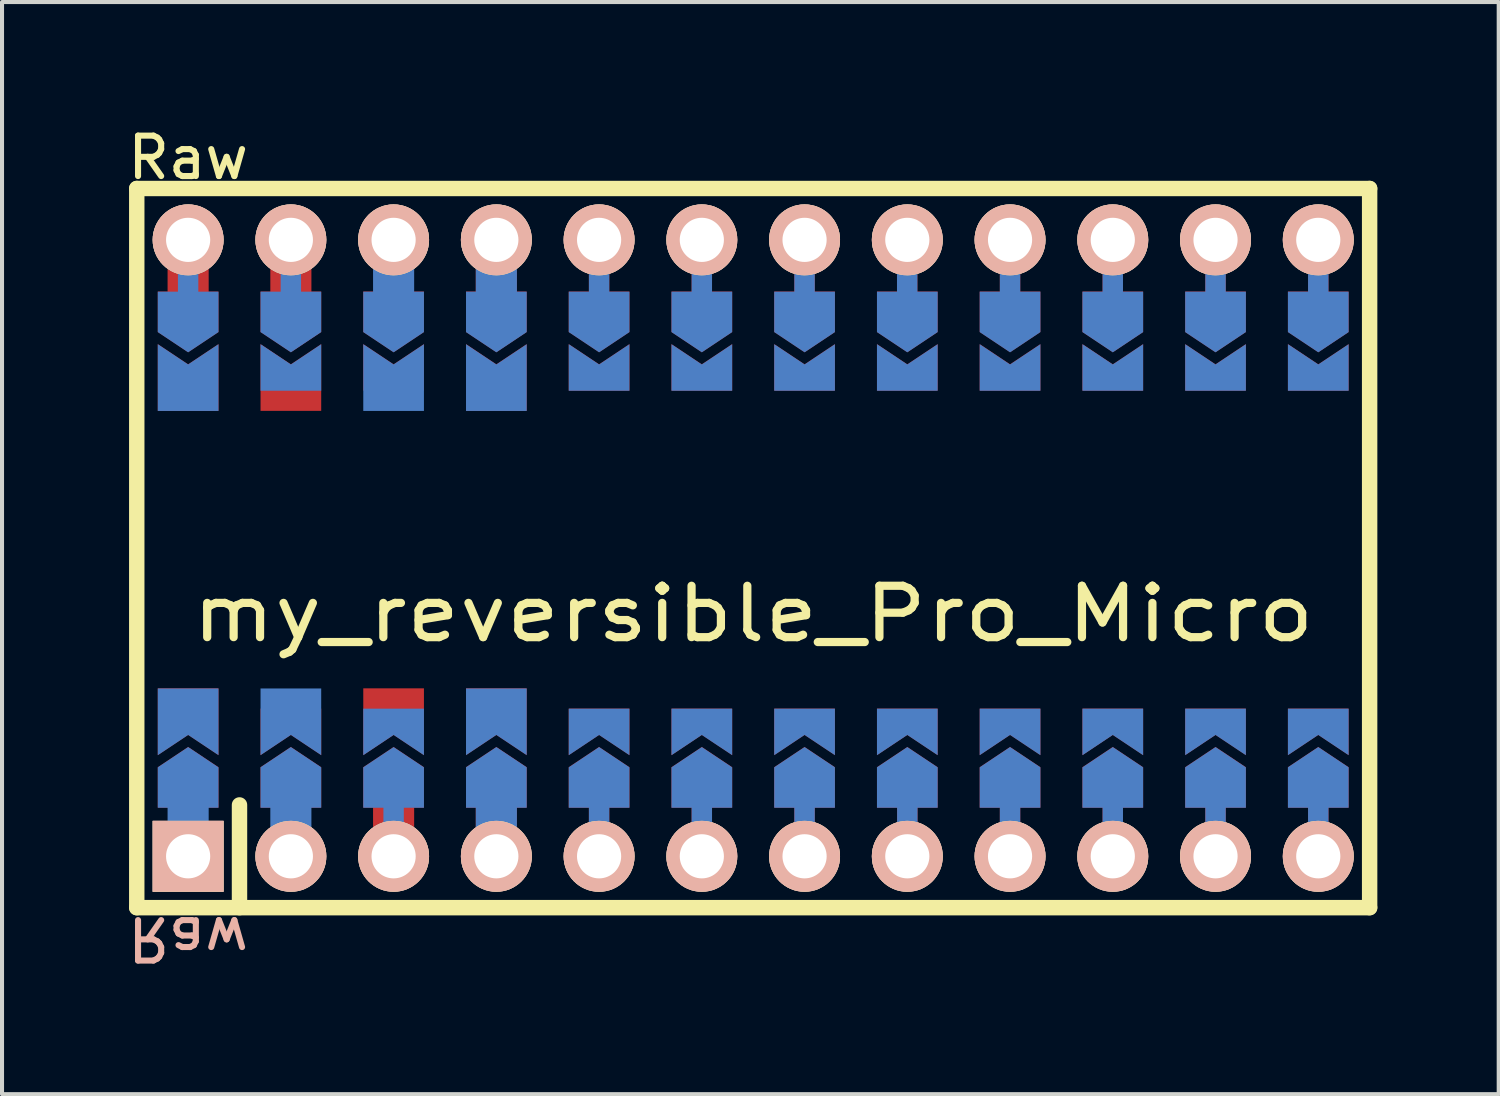
<source format=kicad_pcb>
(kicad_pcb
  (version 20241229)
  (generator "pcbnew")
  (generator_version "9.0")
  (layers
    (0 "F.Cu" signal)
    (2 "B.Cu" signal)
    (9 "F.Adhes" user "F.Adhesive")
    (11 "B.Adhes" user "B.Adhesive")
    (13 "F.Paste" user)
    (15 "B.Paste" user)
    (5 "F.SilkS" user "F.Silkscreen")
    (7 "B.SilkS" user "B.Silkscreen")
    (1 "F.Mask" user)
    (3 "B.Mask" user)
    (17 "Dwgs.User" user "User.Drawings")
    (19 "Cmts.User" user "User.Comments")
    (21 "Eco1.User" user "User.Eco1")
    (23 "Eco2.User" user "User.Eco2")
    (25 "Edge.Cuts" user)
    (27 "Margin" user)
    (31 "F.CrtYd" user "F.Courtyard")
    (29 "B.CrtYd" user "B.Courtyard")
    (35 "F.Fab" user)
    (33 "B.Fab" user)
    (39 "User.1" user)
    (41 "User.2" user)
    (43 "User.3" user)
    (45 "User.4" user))
  (footprint "my_reversible_Pro_Micro"
    (layer "F.Cu")
    (at 15.571 10.5)
    (property "Reference" "my_reversible_Pro_Micro" (at 0 1.625 0) (layer "F.SilkS") (effects (font (size 1.27 1.524) (thickness 0.203))))
    (attr through_hole)
    (fp_line (start -15.24 -8.89) (end -15.24 8.89) (stroke (width 0.381) (type solid)) (layer "F.SilkS"))
    (fp_line (start -15.24 8.89) (end 15.24 8.89) (stroke (width 0.381) (type solid)) (layer "F.SilkS"))
    (fp_line (start -12.7 6.35) (end -12.7 8.89) (stroke (width 0.381) (type solid)) (layer "F.SilkS"))
    (fp_line (start 15.24 -8.89) (end -15.24 -8.89) (stroke (width 0.381) (type solid)) (layer "F.SilkS"))
    (fp_line (start 15.24 8.89) (end 15.24 -8.89) (stroke (width 0.381) (type solid)) (layer "F.SilkS"))
    (fp_text user "Raw" (at -13.97 -9.652 0) (unlocked yes) (layer "F.SilkS") (effects (font (size 1 1) (thickness 0.15))))
    (fp_text user "Raw" (at -13.97 9.652 180) (unlocked yes) (layer "B.SilkS") (effects (font (size 1 1) (thickness 0.15)) (justify mirror)))
    (pad "" thru_hole circle (at -13.97 -7.62) (size 1.753 1.753) (drill 1.092) (layers "*.Cu" "*.SilkS" "*.Mask"))
    (pad "" smd rect (at -13.97 -6.604 90) (size 0.852 1.016) (layers "F.Cu"))
    (pad "" smd rect (at -13.97 -6.602 90) (size 0.852 0.504) (layers "B.Cu"))
    (pad "" smd custom (at -13.97 -5.842 270) (size 0.3 0.3) (layers "F.Cu" "F.Mask") (options (anchor rect)) (primitives (gr_poly (pts (xy 1 0) (xy 0.5 0.75) (xy -0.5 0.75) (xy -0.5 -0.75) (xy 0.5 -0.75)) (width 0) (fill yes))))
    (pad "" smd custom (at -13.97 -5.84 270) (size 0.3 0.3) (layers "B.Cu" "B.Mask") (options (anchor rect)) (primitives (gr_poly (pts (xy 1 0) (xy 0.5 0.75) (xy -0.5 0.75) (xy -0.5 -0.75) (xy 0.5 -0.75)) (width 0) (fill yes))))
    (pad "" smd custom (at -13.97 5.918 90) (size 0.3 0.3) (layers "F.Cu" "F.Mask") (options (anchor rect)) (primitives (gr_poly (pts (xy 1 0) (xy 0.5 0.75) (xy -0.5 0.75) (xy -0.5 -0.75) (xy 0.5 -0.75)) (width 0) (fill yes))))
    (pad "" smd custom (at -13.97 5.92 90) (size 0.3 0.3) (layers "B.Cu" "B.Mask") (options (anchor rect)) (primitives (gr_poly (pts (xy 1 0) (xy 0.5 0.75) (xy -0.5 0.75) (xy -0.5 -0.75) (xy 0.5 -0.75)) (width 0) (fill yes))))
    (pad "" smd rect (at -13.97 6.604 90) (size 0.852 0.504) (layers "F.Cu"))
    (pad "" smd rect (at -13.97 6.606 90) (size 0.852 1.016) (layers "B.Cu"))
    (pad "" thru_hole rect (at -13.97 7.62) (size 1.753 1.753) (drill 1.092) (layers "*.Cu" "*.SilkS" "*.Mask"))
    (pad "" thru_hole circle (at -11.43 -7.62) (size 1.753 1.753) (drill 1.092) (layers "*.Cu" "*.SilkS" "*.Mask"))
    (pad "" smd rect (at -11.43 -6.602 90) (size 0.852 0.504) (layers "B.Cu"))
    (pad "" smd rect (at -11.43 -6.511 90) (size 1.038 1.016) (layers "F.Cu"))
    (pad "" smd custom (at -11.43 -5.842 270) (size 0.3 0.3) (layers "F.Cu" "F.Mask") (options (anchor rect)) (primitives (gr_poly (pts (xy 1 0) (xy 0.5 0.75) (xy -0.5 0.75) (xy -0.5 -0.75) (xy 0.5 -0.75)) (width 0) (fill yes))))
    (pad "" smd custom (at -11.43 -5.84 270) (size 0.3 0.3) (layers "B.Cu" "B.Mask") (options (anchor rect)) (primitives (gr_poly (pts (xy 1 0) (xy 0.5 0.75) (xy -0.5 0.75) (xy -0.5 -0.75) (xy 0.5 -0.75)) (width 0) (fill yes))))
    (pad "" smd custom (at -11.43 5.918 90) (size 0.3 0.3) (layers "F.Cu" "F.Mask") (options (anchor rect)) (primitives (gr_poly (pts (xy 1 0) (xy 0.5 0.75) (xy -0.5 0.75) (xy -0.5 -0.75) (xy 0.5 -0.75)) (width 0) (fill yes))))
    (pad "" smd custom (at -11.43 5.92 90) (size 0.3 0.3) (layers "B.Cu" "B.Mask") (options (anchor rect)) (primitives (gr_poly (pts (xy 1 0) (xy 0.5 0.75) (xy -0.5 0.75) (xy -0.5 -0.75) (xy 0.5 -0.75)) (width 0) (fill yes))))
    (pad "" smd rect (at -11.43 6.604 90) (size 0.852 0.504) (layers "F.Cu"))
    (pad "" smd rect (at -11.43 6.606 90) (size 0.852 1.016) (layers "B.Cu"))
    (pad "" thru_hole circle (at -11.43 7.62) (size 1.753 1.753) (drill 1.092) (layers "*.Cu" "*.SilkS" "*.Mask"))
    (pad "" smd rect (at -8.893 -6.608 90) (size 0.852 0.504) (layers "F.Cu"))
    (pad "" thru_hole circle (at -8.89 -7.62) (size 1.753 1.753) (drill 1.092) (layers "*.Cu" "*.SilkS" "*.Mask"))
    (pad "" smd custom (at -8.89 -5.842 270) (size 0.3 0.3) (layers "F.Cu" "F.Mask") (options (anchor rect)) (primitives (gr_poly (pts (xy 1 0) (xy 0.5 0.75) (xy -0.5 0.75) (xy -0.5 -0.75) (xy 0.5 -0.75)) (width 0) (fill yes))))
    (pad "" smd custom (at -8.89 -5.84 270) (size 0.3 0.3) (layers "B.Cu" "B.Mask") (options (anchor rect)) (primitives (gr_poly (pts (xy 1 0) (xy 0.5 0.75) (xy -0.5 0.75) (xy -0.5 -0.75) (xy 0.5 -0.75)) (width 0) (fill yes))))
    (pad "" smd custom (at -8.89 5.918 90) (size 0.5 0.3) (layers "F.Cu" "F.Mask") (options (anchor rect)) (primitives (gr_poly (pts (xy 1 0) (xy 0.5 0.75) (xy -0.5 0.75) (xy -0.5 -0.75) (xy 0.5 -0.75)) (width 0) (fill yes))))
    (pad "" smd custom (at -8.89 5.92 90) (size 0.3 0.3) (layers "B.Cu" "B.Mask") (options (anchor rect)) (primitives (gr_poly (pts (xy 1 0) (xy 0.5 0.75) (xy -0.5 0.75) (xy -0.5 -0.75) (xy 0.5 -0.75)) (width 0) (fill yes))))
    (pad "" smd rect (at -8.89 6.604 90) (size 0.852 1.016) (layers "F.Cu"))
    (pad "" smd rect (at -8.89 6.606 90) (size 0.852 0.504) (layers "B.Cu"))
    (pad "" thru_hole circle (at -8.89 7.62) (size 1.753 1.753) (drill 1.092) (layers "*.Cu" "*.SilkS" "*.Mask"))
    (pad "" smd rect (at -8.89 -6.564 90) (size 0.936 1.016) (layers "B.Cu"))
    (pad "" thru_hole circle (at -6.35 -7.62) (size 1.753 1.753) (drill 1.092) (layers "*.Cu" "*.SilkS" "*.Mask"))
    (pad "" smd rect (at -6.35 -6.608 90) (size 0.852 1.016) (layers "F.Cu"))
    (pad "" smd rect (at -6.35 -6.606 90) (size 0.852 1.016) (layers "B.Cu"))
    (pad "" smd custom (at -6.35 -5.842 270) (size 0.3 0.3) (layers "F.Cu" "F.Mask") (options (anchor rect)) (primitives (gr_poly (pts (xy 1 0) (xy 0.5 0.75) (xy -0.5 0.75) (xy -0.5 -0.75) (xy 0.5 -0.75)) (width 0) (fill yes))))
    (pad "" smd custom (at -6.35 -5.84 270) (size 0.3 0.3) (layers "B.Cu" "B.Mask") (options (anchor rect)) (primitives (gr_poly (pts (xy 1 0) (xy 0.5 0.75) (xy -0.5 0.75) (xy -0.5 -0.75) (xy 0.5 -0.75)) (width 0) (fill yes))))
    (pad "" smd custom (at -6.35 5.918 90) (size 0.3 0.3) (layers "F.Cu" "F.Mask") (options (anchor rect)) (primitives (gr_poly (pts (xy 1 0) (xy 0.5 0.75) (xy -0.5 0.75) (xy -0.5 -0.75) (xy 0.5 -0.75)) (width 0) (fill yes))))
    (pad "" smd custom (at -6.35 5.92 90) (size 0.3 0.3) (layers "B.Cu" "B.Mask") (options (anchor rect)) (primitives (gr_poly (pts (xy 1 0) (xy 0.5 0.75) (xy -0.5 0.75) (xy -0.5 -0.75) (xy 0.5 -0.75)) (width 0) (fill yes))))
    (pad "" smd rect (at -6.35 6.604 90) (size 0.852 1.016) (layers "F.Cu"))
    (pad "" smd rect (at -6.35 6.606 90) (size 0.852 1.016) (layers "B.Cu"))
    (pad "" thru_hole circle (at -6.35 7.62) (size 1.753 1.753) (drill 1.092) (layers "*.Cu" "*.SilkS" "*.Mask"))
    (pad "" thru_hole circle (at -3.81 -7.62) (size 1.753 1.753) (drill 1.092) (layers "*.Cu" "*.SilkS" "*.Mask"))
    (pad "" smd rect (at -3.81 -6.604 90) (size 0.852 0.504) (layers "F.Cu"))
    (pad "" smd rect (at -3.81 -6.602 90) (size 0.852 0.504) (layers "B.Cu"))
    (pad "" smd custom (at -3.81 -5.842 270) (size 0.3 0.3) (layers "F.Cu" "F.Mask") (options (anchor rect)) (primitives (gr_poly (pts (xy 1 0) (xy 0.5 0.75) (xy -0.5 0.75) (xy -0.5 -0.75) (xy 0.5 -0.75)) (width 0) (fill yes))))
    (pad "" smd custom (at -3.81 -5.84 270) (size 0.3 0.3) (layers "B.Cu" "B.Mask") (options (anchor rect)) (primitives (gr_poly (pts (xy 1 0) (xy 0.5 0.75) (xy -0.5 0.75) (xy -0.5 -0.75) (xy 0.5 -0.75)) (width 0) (fill yes))))
    (pad "" smd custom (at -3.81 5.918 90) (size 0.3 0.3) (layers "F.Cu" "F.Mask") (options (anchor rect)) (primitives (gr_poly (pts (xy 1 0) (xy 0.5 0.75) (xy -0.5 0.75) (xy -0.5 -0.75) (xy 0.5 -0.75)) (width 0) (fill yes))))
    (pad "" smd custom (at -3.81 5.92 90) (size 0.3 0.3) (layers "B.Cu" "B.Mask") (options (anchor rect)) (primitives (gr_poly (pts (xy 1 0) (xy 0.5 0.75) (xy -0.5 0.75) (xy -0.5 -0.75) (xy 0.5 -0.75)) (width 0) (fill yes))))
    (pad "" smd rect (at -3.81 6.604 90) (size 0.852 0.504) (layers "F.Cu"))
    (pad "" smd rect (at -3.81 6.606 90) (size 0.852 0.504) (layers "B.Cu"))
    (pad "" thru_hole circle (at -3.81 7.62) (size 1.753 1.753) (drill 1.092) (layers "*.Cu" "*.SilkS" "*.Mask"))
    (pad "" thru_hole circle (at -1.27 -7.62) (size 1.753 1.753) (drill 1.092) (layers "*.Cu" "*.SilkS" "*.Mask"))
    (pad "" smd rect (at -1.27 -6.604 90) (size 0.852 0.504) (layers "F.Cu"))
    (pad "" smd rect (at -1.27 -6.602 90) (size 0.852 0.504) (layers "B.Cu"))
    (pad "" smd custom (at -1.27 -5.842 270) (size 0.3 0.3) (layers "F.Cu" "F.Mask") (options (anchor rect)) (primitives (gr_poly (pts (xy 1 0) (xy 0.5 0.75) (xy -0.5 0.75) (xy -0.5 -0.75) (xy 0.5 -0.75)) (width 0) (fill yes))))
    (pad "" smd custom (at -1.27 -5.84 270) (size 0.3 0.3) (layers "B.Cu" "B.Mask") (options (anchor rect)) (primitives (gr_poly (pts (xy 1 0) (xy 0.5 0.75) (xy -0.5 0.75) (xy -0.5 -0.75) (xy 0.5 -0.75)) (width 0) (fill yes))))
    (pad "" smd custom (at -1.27 5.918 90) (size 0.3 0.3) (layers "F.Cu" "F.Mask") (options (anchor rect)) (primitives (gr_poly (pts (xy 1 0) (xy 0.5 0.75) (xy -0.5 0.75) (xy -0.5 -0.75) (xy 0.5 -0.75)) (width 0) (fill yes))))
    (pad "" smd custom (at -1.27 5.92 90) (size 0.3 0.3) (layers "B.Cu" "B.Mask") (options (anchor rect)) (primitives (gr_poly (pts (xy 1 0) (xy 0.5 0.75) (xy -0.5 0.75) (xy -0.5 -0.75) (xy 0.5 -0.75)) (width 0) (fill yes))))
    (pad "" smd rect (at -1.27 6.604 90) (size 0.852 0.504) (layers "F.Cu"))
    (pad "" smd rect (at -1.27 6.606 90) (size 0.852 0.504) (layers "B.Cu"))
    (pad "" thru_hole circle (at -1.27 7.62) (size 1.753 1.753) (drill 1.092) (layers "*.Cu" "*.SilkS" "*.Mask"))
    (pad "" thru_hole circle (at 1.27 -7.62) (size 1.753 1.753) (drill 1.092) (layers "*.Cu" "*.SilkS" "*.Mask"))
    (pad "" smd rect (at 1.27 -6.604 90) (size 0.852 0.504) (layers "F.Cu"))
    (pad "" smd rect (at 1.27 -6.602 90) (size 0.852 0.504) (layers "B.Cu"))
    (pad "" smd custom (at 1.27 -5.842 270) (size 0.3 0.3) (layers "F.Cu" "F.Mask") (options (anchor rect)) (primitives (gr_poly (pts (xy 1 0) (xy 0.5 0.75) (xy -0.5 0.75) (xy -0.5 -0.75) (xy 0.5 -0.75)) (width 0) (fill yes))))
    (pad "" smd custom (at 1.27 -5.84 270) (size 0.3 0.3) (layers "B.Cu" "B.Mask") (options (anchor rect)) (primitives (gr_poly (pts (xy 1 0) (xy 0.5 0.75) (xy -0.5 0.75) (xy -0.5 -0.75) (xy 0.5 -0.75)) (width 0) (fill yes))))
    (pad "" smd custom (at 1.27 5.918 90) (size 0.3 0.3) (layers "F.Cu" "F.Mask") (options (anchor rect)) (primitives (gr_poly (pts (xy 1 0) (xy 0.5 0.75) (xy -0.5 0.75) (xy -0.5 -0.75) (xy 0.5 -0.75)) (width 0) (fill yes))))
    (pad "" smd custom (at 1.27 5.92 90) (size 0.3 0.3) (layers "B.Cu" "B.Mask") (options (anchor rect)) (primitives (gr_poly (pts (xy 1 0) (xy 0.5 0.75) (xy -0.5 0.75) (xy -0.5 -0.75) (xy 0.5 -0.75)) (width 0) (fill yes))))
    (pad "" smd rect (at 1.27 6.522 90) (size 0.852 0.504) (layers "F.Cu"))
    (pad "" smd rect (at 1.27 6.524 90) (size 0.852 0.504) (layers "B.Cu"))
    (pad "" thru_hole circle (at 1.27 7.62) (size 1.753 1.753) (drill 1.092) (layers "*.Cu" "*.SilkS" "*.Mask"))
    (pad "" smd rect (at 3.807 -6.608 90) (size 0.852 0.504) (layers "F.Cu"))
    (pad "" smd rect (at 3.807 -6.606 90) (size 0.852 0.504) (layers "B.Cu"))
    (pad "" thru_hole circle (at 3.81 -7.62) (size 1.753 1.753) (drill 1.092) (layers "*.Cu" "*.SilkS" "*.Mask"))
    (pad "" smd custom (at 3.81 -5.842 270) (size 0.3 0.3) (layers "F.Cu" "F.Mask") (options (anchor rect)) (primitives (gr_poly (pts (xy 1 0) (xy 0.5 0.75) (xy -0.5 0.75) (xy -0.5 -0.75) (xy 0.5 -0.75)) (width 0) (fill yes))))
    (pad "" smd custom (at 3.81 -5.84 270) (size 0.3 0.3) (layers "B.Cu" "B.Mask") (options (anchor rect)) (primitives (gr_poly (pts (xy 1 0) (xy 0.5 0.75) (xy -0.5 0.75) (xy -0.5 -0.75) (xy 0.5 -0.75)) (width 0) (fill yes))))
    (pad "" smd custom (at 3.81 5.918 90) (size 0.3 0.3) (layers "F.Cu" "F.Mask") (options (anchor rect)) (primitives (gr_poly (pts (xy 1 0) (xy 0.5 0.75) (xy -0.5 0.75) (xy -0.5 -0.75) (xy 0.5 -0.75)) (width 0) (fill yes))))
    (pad "" smd custom (at 3.81 5.92 90) (size 0.3 0.3) (layers "B.Cu" "B.Mask") (options (anchor rect)) (primitives (gr_poly (pts (xy 1 0) (xy 0.5 0.75) (xy -0.5 0.75) (xy -0.5 -0.75) (xy 0.5 -0.75)) (width 0) (fill yes))))
    (pad "" smd rect (at 3.81 6.522 90) (size 0.852 0.504) (layers "F.Cu"))
    (pad "" smd rect (at 3.81 6.524 90) (size 0.852 0.504) (layers "B.Cu"))
    (pad "" thru_hole circle (at 3.81 7.62) (size 1.753 1.753) (drill 1.092) (layers "*.Cu" "*.SilkS" "*.Mask"))
    (pad "" thru_hole circle (at 6.35 -7.62) (size 1.753 1.753) (drill 1.092) (layers "*.Cu" "*.SilkS" "*.Mask"))
    (pad "" smd rect (at 6.35 -6.604 90) (size 0.852 0.504) (layers "F.Cu"))
    (pad "" smd rect (at 6.35 -6.602 90) (size 0.852 0.504) (layers "B.Cu"))
    (pad "" smd custom (at 6.35 -5.842 270) (size 0.3 0.3) (layers "F.Cu" "F.Mask") (options (anchor rect)) (primitives (gr_poly (pts (xy 1 0) (xy 0.5 0.75) (xy -0.5 0.75) (xy -0.5 -0.75) (xy 0.5 -0.75)) (width 0) (fill yes))))
    (pad "" smd custom (at 6.35 -5.84 270) (size 0.3 0.3) (layers "B.Cu" "B.Mask") (options (anchor rect)) (primitives (gr_poly (pts (xy 1 0) (xy 0.5 0.75) (xy -0.5 0.75) (xy -0.5 -0.75) (xy 0.5 -0.75)) (width 0) (fill yes))))
    (pad "" smd custom (at 6.35 5.918 90) (size 0.3 0.3) (layers "F.Cu" "F.Mask") (options (anchor rect)) (primitives (gr_poly (pts (xy 1 0) (xy 0.5 0.75) (xy -0.5 0.75) (xy -0.5 -0.75) (xy 0.5 -0.75)) (width 0) (fill yes))))
    (pad "" smd custom (at 6.35 5.92 90) (size 0.3 0.3) (layers "B.Cu" "B.Mask") (options (anchor rect)) (primitives (gr_poly (pts (xy 1 0) (xy 0.5 0.75) (xy -0.5 0.75) (xy -0.5 -0.75) (xy 0.5 -0.75)) (width 0) (fill yes))))
    (pad "" smd rect (at 6.35 6.604 90) (size 0.852 0.504) (layers "F.Cu"))
    (pad "" smd rect (at 6.35 6.606 90) (size 0.852 0.504) (layers "B.Cu"))
    (pad "" thru_hole circle (at 6.35 7.62) (size 1.753 1.753) (drill 1.092) (layers "*.Cu" "*.SilkS" "*.Mask"))
    (pad "" thru_hole circle (at 8.89 -7.62) (size 1.753 1.753) (drill 1.092) (layers "*.Cu" "*.SilkS" "*.Mask"))
    (pad "" smd rect (at 8.89 -6.604 90) (size 0.852 0.504) (layers "F.Cu"))
    (pad "" smd rect (at 8.89 -6.602 90) (size 0.852 0.504) (layers "B.Cu"))
    (pad "" smd custom (at 8.89 -5.842 270) (size 0.3 0.3) (layers "F.Cu" "F.Mask") (options (anchor rect)) (primitives (gr_poly (pts (xy 1 0) (xy 0.5 0.75) (xy -0.5 0.75) (xy -0.5 -0.75) (xy 0.5 -0.75)) (width 0) (fill yes))))
    (pad "" smd custom (at 8.89 -5.84 270) (size 0.3 0.3) (layers "B.Cu" "B.Mask") (options (anchor rect)) (primitives (gr_poly (pts (xy 1 0) (xy 0.5 0.75) (xy -0.5 0.75) (xy -0.5 -0.75) (xy 0.5 -0.75)) (width 0) (fill yes))))
    (pad "" smd custom (at 8.89 5.918 90) (size 0.3 0.3) (layers "F.Cu" "F.Mask") (options (anchor rect)) (primitives (gr_poly (pts (xy 1 0) (xy 0.5 0.75) (xy -0.5 0.75) (xy -0.5 -0.75) (xy 0.5 -0.75)) (width 0) (fill yes))))
    (pad "" smd custom (at 8.89 5.92 90) (size 0.3 0.3) (layers "B.Cu" "B.Mask") (options (anchor rect)) (primitives (gr_poly (pts (xy 1 0) (xy 0.5 0.75) (xy -0.5 0.75) (xy -0.5 -0.75) (xy 0.5 -0.75)) (width 0) (fill yes))))
    (pad "" smd rect (at 8.89 6.604 90) (size 0.852 0.504) (layers "F.Cu"))
    (pad "" smd rect (at 8.89 6.606 90) (size 0.852 0.504) (layers "B.Cu"))
    (pad "" thru_hole circle (at 8.89 7.62) (size 1.753 1.753) (drill 1.092) (layers "*.Cu" "*.SilkS" "*.Mask"))
    (pad "" thru_hole circle (at 11.43 -7.62) (size 1.753 1.753) (drill 1.092) (layers "*.Cu" "*.SilkS" "*.Mask"))
    (pad "" smd rect (at 11.43 -6.604 90) (size 0.852 0.504) (layers "F.Cu"))
    (pad "" smd rect (at 11.43 -6.602 90) (size 0.852 0.504) (layers "B.Cu"))
    (pad "" smd custom (at 11.43 -5.842 270) (size 0.3 0.3) (layers "F.Cu" "F.Mask") (options (anchor rect)) (primitives (gr_poly (pts (xy 1 0) (xy 0.5 0.75) (xy -0.5 0.75) (xy -0.5 -0.75) (xy 0.5 -0.75)) (width 0) (fill yes))))
    (pad "" smd custom (at 11.43 -5.84 270) (size 0.3 0.3) (layers "B.Cu" "B.Mask") (options (anchor rect)) (primitives (gr_poly (pts (xy 1 0) (xy 0.5 0.75) (xy -0.5 0.75) (xy -0.5 -0.75) (xy 0.5 -0.75)) (width 0) (fill yes))))
    (pad "" smd custom (at 11.43 5.918 90) (size 0.3 0.3) (layers "F.Cu" "F.Mask") (options (anchor rect)) (primitives (gr_poly (pts (xy 1 0) (xy 0.5 0.75) (xy -0.5 0.75) (xy -0.5 -0.75) (xy 0.5 -0.75)) (width 0) (fill yes))))
    (pad "" smd custom (at 11.43 5.92 90) (size 0.3 0.3) (layers "B.Cu" "B.Mask") (options (anchor rect)) (primitives (gr_poly (pts (xy 1 0) (xy 0.5 0.75) (xy -0.5 0.75) (xy -0.5 -0.75) (xy 0.5 -0.75)) (width 0) (fill yes))))
    (pad "" smd rect (at 11.43 6.522 90) (size 0.852 0.504) (layers "F.Cu"))
    (pad "" smd rect (at 11.43 6.524 90) (size 0.852 0.504) (layers "B.Cu"))
    (pad "" thru_hole circle (at 11.43 7.62) (size 1.753 1.753) (drill 1.092) (layers "*.Cu" "*.SilkS" "*.Mask"))
    (pad "" thru_hole circle (at 13.97 -7.62) (size 1.753 1.753) (drill 1.092) (layers "*.Cu" "*.SilkS" "*.Mask"))
    (pad "" smd rect (at 13.97 -6.604 90) (size 0.852 0.504) (layers "F.Cu"))
    (pad "" smd rect (at 13.97 -6.602 90) (size 0.852 0.504) (layers "B.Cu"))
    (pad "" smd custom (at 13.97 -5.842 270) (size 0.3 0.3) (layers "F.Cu" "F.Mask") (options (anchor rect)) (primitives (gr_poly (pts (xy 1 0) (xy 0.5 0.75) (xy -0.5 0.75) (xy -0.5 -0.75) (xy 0.5 -0.75)) (width 0) (fill yes))))
    (pad "" smd custom (at 13.97 -5.84 270) (size 0.3 0.3) (layers "B.Cu" "B.Mask") (options (anchor rect)) (primitives (gr_poly (pts (xy 1 0) (xy 0.5 0.75) (xy -0.5 0.75) (xy -0.5 -0.75) (xy 0.5 -0.75)) (width 0) (fill yes))))
    (pad "" smd custom (at 13.97 5.918 90) (size 0.3 0.3) (layers "F.Cu" "F.Mask") (options (anchor rect)) (primitives (gr_poly (pts (xy 1 0) (xy 0.5 0.75) (xy -0.5 0.75) (xy -0.5 -0.75) (xy 0.5 -0.75)) (width 0) (fill yes))))
    (pad "" smd custom (at 13.97 5.92 90) (size 0.3 0.3) (layers "B.Cu" "B.Mask") (options (anchor rect)) (primitives (gr_poly (pts (xy 1 0) (xy 0.5 0.75) (xy -0.5 0.75) (xy -0.5 -0.75) (xy 0.5 -0.75)) (width 0) (fill yes))))
    (pad "" smd rect (at 13.97 6.522 90) (size 0.852 0.504) (layers "F.Cu"))
    (pad "" smd rect (at 13.97 6.524 90) (size 0.852 0.504) (layers "B.Cu"))
    (pad "" thru_hole circle (at 13.97 7.62) (size 1.753 1.753) (drill 1.092) (layers "*.Cu" "*.SilkS" "*.Mask"))
    (pad "1" smd custom (at -13.97 -4.39 270) (size 0.3 0.3) (layers "B.Cu" "B.Mask") (options (anchor rect)) (primitives (gr_poly (pts (xy 1 0.75) (xy -0.65 0.75) (xy -0.15 0) (xy -0.65 -0.75) (xy 1 -0.75)) (width 0) (fill yes))))
    (pad "1" smd custom (at -13.97 4.468 90) (size 0.3 0.3) (layers "F.Cu" "F.Mask") (options (anchor rect)) (primitives (gr_poly (pts (xy 1 0.75) (xy -0.65 0.75) (xy -0.15 0) (xy -0.65 -0.75) (xy 1 -0.75)) (width 0) (fill yes))))
    (pad "2" smd custom (at -11.43 -4.39 270) (size 0.3 0.3) (layers "B.Cu" "B.Mask") (options (anchor rect)) (primitives (gr_poly (pts (xy 0.5 0.75) (xy -0.65 0.75) (xy -0.15 0) (xy -0.65 -0.75) (xy 0.5 -0.75)) (width 0) (fill yes))))
    (pad "2" smd custom (at -11.43 4.468 90) (size 0.3 0.3) (layers "F.Cu" "F.Mask") (options (anchor rect)) (primitives (gr_poly (pts (xy 0.5 0.75) (xy -0.65 0.75) (xy -0.15 0) (xy -0.65 -0.75) (xy 0.5 -0.75)) (width 0) (fill yes))))
    (pad "3" smd custom (at -8.89 -4.39 270) (size 0.3 0.3) (layers "B.Cu" "B.Mask") (options (anchor rect)) (primitives (gr_poly (pts (xy 1 0.75) (xy -0.65 0.75) (xy -0.15 0) (xy -0.65 -0.75) (xy 1 -0.75)) (width 0) (fill yes))))
    (pad "3" smd custom (at -8.89 4.468 90) (size 0.3 0.3) (layers "F.Cu" "F.Mask") (options (anchor rect)) (primitives (gr_poly (pts (xy 1 0.75) (xy -0.65 0.75) (xy -0.15 0) (xy -0.65 -0.75) (xy 1 -0.75)) (width 0) (fill yes))))
    (pad "4" smd custom (at -6.35 -4.39 270) (size 0.3 0.3) (layers "B.Cu" "B.Mask") (options (anchor rect)) (primitives (gr_poly (pts (xy 1 0.75) (xy -0.65 0.75) (xy -0.15 0) (xy -0.65 -0.75) (xy 1 -0.75)) (width 0) (fill yes))))
    (pad "4" smd custom (at -6.35 4.468 90) (size 0.3 0.3) (layers "F.Cu" "F.Mask") (options (anchor rect)) (primitives (gr_poly (pts (xy 1 0.75) (xy -0.65 0.75) (xy -0.15 0) (xy -0.65 -0.75) (xy 1 -0.75)) (width 0) (fill yes))))
    (pad "5" smd custom (at -3.81 -4.39 270) (size 0.3 0.3) (layers "B.Cu" "B.Mask") (options (anchor rect)) (primitives (gr_poly (pts (xy 0.5 0.75) (xy -0.65 0.75) (xy -0.15 0) (xy -0.65 -0.75) (xy 0.5 -0.75)) (width 0) (fill yes))))
    (pad "5" smd custom (at -3.81 4.468 90) (size 0.3 0.3) (layers "F.Cu" "F.Mask") (options (anchor rect)) (primitives (gr_poly (pts (xy 0.5 0.75) (xy -0.65 0.75) (xy -0.15 0) (xy -0.65 -0.75) (xy 0.5 -0.75)) (width 0) (fill yes))))
    (pad "6" smd custom (at -1.27 -4.39 270) (size 0.3 0.3) (layers "B.Cu" "B.Mask") (options (anchor rect)) (primitives (gr_poly (pts (xy 0.5 0.75) (xy -0.65 0.75) (xy -0.15 0) (xy -0.65 -0.75) (xy 0.5 -0.75)) (width 0) (fill yes))))
    (pad "6" smd custom (at -1.27 4.468 90) (size 0.3 0.3) (layers "F.Cu" "F.Mask") (options (anchor rect)) (primitives (gr_poly (pts (xy 0.5 0.75) (xy -0.65 0.75) (xy -0.15 0) (xy -0.65 -0.75) (xy 0.5 -0.75)) (width 0) (fill yes))))
    (pad "7" smd custom (at 1.27 -4.39 270) (size 0.3 0.3) (layers "B.Cu" "B.Mask") (options (anchor rect)) (primitives (gr_poly (pts (xy 0.5 0.75) (xy -0.65 0.75) (xy -0.15 0) (xy -0.65 -0.75) (xy 0.5 -0.75)) (width 0) (fill yes))))
    (pad "7" smd custom (at 1.27 4.468 90) (size 0.3 0.3) (layers "F.Cu" "F.Mask") (options (anchor rect)) (primitives (gr_poly (pts (xy 0.5 0.75) (xy -0.65 0.75) (xy -0.15 0) (xy -0.65 -0.75) (xy 0.5 -0.75)) (width 0) (fill yes))))
    (pad "8" smd custom (at 3.81 -4.39 270) (size 0.3 0.3) (layers "B.Cu" "B.Mask") (options (anchor rect)) (primitives (gr_poly (pts (xy 0.5 0.75) (xy -0.65 0.75) (xy -0.15 0) (xy -0.65 -0.75) (xy 0.5 -0.75)) (width 0) (fill yes))))
    (pad "8" smd custom (at 3.81 4.468 90) (size 0.3 0.3) (layers "F.Cu" "F.Mask") (options (anchor rect)) (primitives (gr_poly (pts (xy 0.5 0.75) (xy -0.65 0.75) (xy -0.15 0) (xy -0.65 -0.75) (xy 0.5 -0.75)) (width 0) (fill yes))))
    (pad "9" smd custom (at 6.35 -4.39 270) (size 0.3 0.3) (layers "B.Cu" "B.Mask") (options (anchor rect)) (primitives (gr_poly (pts (xy 0.5 0.75) (xy -0.65 0.75) (xy -0.15 0) (xy -0.65 -0.75) (xy 0.5 -0.75)) (width 0) (fill yes))))
    (pad "9" smd custom (at 6.35 4.468 90) (size 0.3 0.3) (layers "F.Cu" "F.Mask") (options (anchor rect)) (primitives (gr_poly (pts (xy 0.5 0.75) (xy -0.65 0.75) (xy -0.15 0) (xy -0.65 -0.75) (xy 0.5 -0.75)) (width 0) (fill yes))))
    (pad "10" smd custom (at 8.89 -4.39 270) (size 0.3 0.3) (layers "B.Cu" "B.Mask") (options (anchor rect)) (primitives (gr_poly (pts (xy 0.5 0.75) (xy -0.65 0.75) (xy -0.15 0) (xy -0.65 -0.75) (xy 0.5 -0.75)) (width 0) (fill yes))))
    (pad "10" smd custom (at 8.89 4.468 90) (size 0.3 0.3) (layers "F.Cu" "F.Mask") (options (anchor rect)) (primitives (gr_poly (pts (xy 0.5 0.75) (xy -0.65 0.75) (xy -0.15 0) (xy -0.65 -0.75) (xy 0.5 -0.75)) (width 0) (fill yes))))
    (pad "11" smd custom (at 11.43 -4.39 270) (size 0.3 0.3) (layers "B.Cu" "B.Mask") (options (anchor rect)) (primitives (gr_poly (pts (xy 0.5 0.75) (xy -0.65 0.75) (xy -0.15 0) (xy -0.65 -0.75) (xy 0.5 -0.75)) (width 0) (fill yes))))
    (pad "11" smd custom (at 11.43 4.468 90) (size 0.3 0.3) (layers "F.Cu" "F.Mask") (options (anchor rect)) (primitives (gr_poly (pts (xy 0.5 0.75) (xy -0.65 0.75) (xy -0.15 0) (xy -0.65 -0.75) (xy 0.5 -0.75)) (width 0) (fill yes))))
    (pad "12" smd custom (at 13.97 -4.39 270) (size 0.3 0.3) (layers "B.Cu" "B.Mask") (options (anchor rect)) (primitives (gr_poly (pts (xy 0.5 0.75) (xy -0.65 0.75) (xy -0.15 0) (xy -0.65 -0.75) (xy 0.5 -0.75)) (width 0) (fill yes))))
    (pad "12" smd custom (at 13.97 4.468 90) (size 0.3 0.3) (layers "F.Cu" "F.Mask") (options (anchor rect)) (primitives (gr_poly (pts (xy 0.5 0.75) (xy -0.65 0.75) (xy -0.15 0) (xy -0.65 -0.75) (xy 0.5 -0.75)) (width 0) (fill yes))))
    (pad "13" smd custom (at 13.97 -4.392 270) (size 0.3 0.3) (layers "F.Cu" "F.Mask") (options (anchor rect)) (primitives (gr_poly (pts (xy 0.5 0.75) (xy -0.65 0.75) (xy -0.15 0) (xy -0.65 -0.75) (xy 0.5 -0.75)) (width 0) (fill yes))))
    (pad "13" smd custom (at 13.97 4.47 90) (size 0.3 0.3) (layers "B.Cu" "B.Mask") (options (anchor rect)) (primitives (gr_poly (pts (xy 0.5 0.75) (xy -0.65 0.75) (xy -0.15 0) (xy -0.65 -0.75) (xy 0.5 -0.75)) (width 0) (fill yes))))
    (pad "14" smd custom (at 11.43 -4.392 270) (size 0.3 0.3) (layers "F.Cu" "F.Mask") (options (anchor rect)) (primitives (gr_poly (pts (xy 0.5 0.75) (xy -0.65 0.75) (xy -0.15 0) (xy -0.65 -0.75) (xy 0.5 -0.75)) (width 0) (fill yes))))
    (pad "14" smd custom (at 11.43 4.47 90) (size 0.3 0.3) (layers "B.Cu" "B.Mask") (options (anchor rect)) (primitives (gr_poly (pts (xy 0.5 0.75) (xy -0.65 0.75) (xy -0.15 0) (xy -0.65 -0.75) (xy 0.5 -0.75)) (width 0) (fill yes))))
    (pad "15" smd custom (at 8.89 -4.392 270) (size 0.3 0.3) (layers "F.Cu" "F.Mask") (options (anchor rect)) (primitives (gr_poly (pts (xy 0.5 0.75) (xy -0.65 0.75) (xy -0.15 0) (xy -0.65 -0.75) (xy 0.5 -0.75)) (width 0) (fill yes))))
    (pad "15" smd custom (at 8.89 4.47 90) (size 0.3 0.3) (layers "B.Cu" "B.Mask") (options (anchor rect)) (primitives (gr_poly (pts (xy 0.5 0.75) (xy -0.65 0.75) (xy -0.15 0) (xy -0.65 -0.75) (xy 0.5 -0.75)) (width 0) (fill yes))))
    (pad "16" smd custom (at 6.35 -4.392 270) (size 0.3 0.3) (layers "F.Cu" "F.Mask") (options (anchor rect)) (primitives (gr_poly (pts (xy 0.5 0.75) (xy -0.65 0.75) (xy -0.15 0) (xy -0.65 -0.75) (xy 0.5 -0.75)) (width 0) (fill yes))))
    (pad "16" smd custom (at 6.35 4.47 90) (size 0.3 0.3) (layers "B.Cu" "B.Mask") (options (anchor rect)) (primitives (gr_poly (pts (xy 0.5 0.75) (xy -0.65 0.75) (xy -0.15 0) (xy -0.65 -0.75) (xy 0.5 -0.75)) (width 0) (fill yes))))
    (pad "17" smd custom (at 3.81 -4.392 270) (size 0.3 0.3) (layers "F.Cu" "F.Mask") (options (anchor rect)) (primitives (gr_poly (pts (xy 0.5 0.75) (xy -0.65 0.75) (xy -0.15 0) (xy -0.65 -0.75) (xy 0.5 -0.75)) (width 0) (fill yes))))
    (pad "17" smd custom (at 3.81 4.47 90) (size 0.3 0.3) (layers "B.Cu" "B.Mask") (options (anchor rect)) (primitives (gr_poly (pts (xy 0.5 0.75) (xy -0.65 0.75) (xy -0.15 0) (xy -0.65 -0.75) (xy 0.5 -0.75)) (width 0) (fill yes))))
    (pad "18" smd custom (at 1.27 -4.392 270) (size 0.3 0.3) (layers "F.Cu" "F.Mask") (options (anchor rect)) (primitives (gr_poly (pts (xy 0.5 0.75) (xy -0.65 0.75) (xy -0.15 0) (xy -0.65 -0.75) (xy 0.5 -0.75)) (width 0) (fill yes))))
    (pad "18" smd custom (at 1.27 4.47 90) (size 0.3 0.3) (layers "B.Cu" "B.Mask") (options (anchor rect)) (primitives (gr_poly (pts (xy 0.5 0.75) (xy -0.65 0.75) (xy -0.15 0) (xy -0.65 -0.75) (xy 0.5 -0.75)) (width 0) (fill yes))))
    (pad "19" smd custom (at -1.27 -4.392 270) (size 0.3 0.3) (layers "F.Cu" "F.Mask") (options (anchor rect)) (primitives (gr_poly (pts (xy 0.5 0.75) (xy -0.65 0.75) (xy -0.15 0) (xy -0.65 -0.75) (xy 0.5 -0.75)) (width 0) (fill yes))))
    (pad "19" smd custom (at -1.27 4.47 90) (size 0.3 0.3) (layers "B.Cu" "B.Mask") (options (anchor rect)) (primitives (gr_poly (pts (xy 0.5 0.75) (xy -0.65 0.75) (xy -0.15 0) (xy -0.65 -0.75) (xy 0.5 -0.75)) (width 0) (fill yes))))
    (pad "20" smd custom (at -3.81 -4.392 270) (size 0.3 0.3) (layers "F.Cu" "F.Mask") (options (anchor rect)) (primitives (gr_poly (pts (xy 0.5 0.75) (xy -0.65 0.75) (xy -0.15 0) (xy -0.65 -0.75) (xy 0.5 -0.75)) (width 0) (fill yes))))
    (pad "20" smd custom (at -3.81 4.47 90) (size 0.3 0.3) (layers "B.Cu" "B.Mask") (options (anchor rect)) (primitives (gr_poly (pts (xy 0.5 0.75) (xy -0.65 0.75) (xy -0.15 0) (xy -0.65 -0.75) (xy 0.5 -0.75)) (width 0) (fill yes))))
    (pad "21" smd custom (at -6.35 -4.392 270) (size 0.3 0.3) (layers "F.Cu" "F.Mask") (options (anchor rect)) (primitives (gr_poly (pts (xy 1 0.75) (xy -0.65 0.75) (xy -0.15 0) (xy -0.65 -0.75) (xy 1 -0.75)) (width 0) (fill yes))))
    (pad "21" smd custom (at -6.35 4.47 90) (size 0.3 0.3) (layers "B.Cu" "B.Mask") (options (anchor rect)) (primitives (gr_poly (pts (xy 1 0.75) (xy -0.65 0.75) (xy -0.15 0) (xy -0.65 -0.75) (xy 1 -0.75)) (width 0) (fill yes))))
    (pad "22" smd custom (at -8.89 -4.392 270) (size 0.3 0.3) (layers "F.Cu" "F.Mask") (options (anchor rect)) (primitives (gr_poly (pts (xy 0.5 0.75) (xy -0.65 0.75) (xy -0.15 0) (xy -0.65 -0.75) (xy 0.5 -0.75)) (width 0) (fill yes))))
    (pad "22" smd custom (at -8.89 4.47 90) (size 0.3 0.3) (layers "B.Cu" "B.Mask") (options (anchor rect)) (primitives (gr_poly (pts (xy 0.5 0.75) (xy -0.65 0.75) (xy -0.15 0) (xy -0.65 -0.75) (xy 0.5 -0.75)) (width 0) (fill yes))))
    (pad "23" smd custom (at -11.43 -4.392 270) (size 0.3 0.3) (layers "F.Cu" "F.Mask") (options (anchor rect)) (primitives (gr_poly (pts (xy 1 0.75) (xy -0.65 0.75) (xy -0.15 0) (xy -0.65 -0.75) (xy 1 -0.75)) (width 0) (fill yes))))
    (pad "23" smd custom (at -11.43 4.47 90) (size 0.3 0.3) (layers "B.Cu" "B.Mask") (options (anchor rect)) (primitives (gr_poly (pts (xy 1 0.75) (xy -0.65 0.75) (xy -0.15 0) (xy -0.65 -0.75) (xy 1 -0.75)) (width 0) (fill yes))))
    (pad "24" smd custom (at -13.97 -4.392 270) (size 0.3 0.3) (layers "F.Cu" "F.Mask") (options (anchor rect)) (primitives (gr_poly (pts (xy 1 0.75) (xy -0.65 0.75) (xy -0.15 0) (xy -0.65 -0.75) (xy 1 -0.75)) (width 0) (fill yes))))
    (pad "24" smd custom (at -13.97 4.47 90) (size 0.3 0.3) (layers "B.Cu" "B.Mask") (options (anchor rect)) (primitives (gr_poly (pts (xy 1 0.75) (xy -0.65 0.75) (xy -0.15 0) (xy -0.65 -0.75) (xy 1 -0.75)) (width 0) (fill yes)))))
  (gr_rect
    (start -3 -3)
    (end 34.002 24)
    (stroke (width 0.1) (type default))
    (fill no)
    (layer "Edge.Cuts")))
</source>
